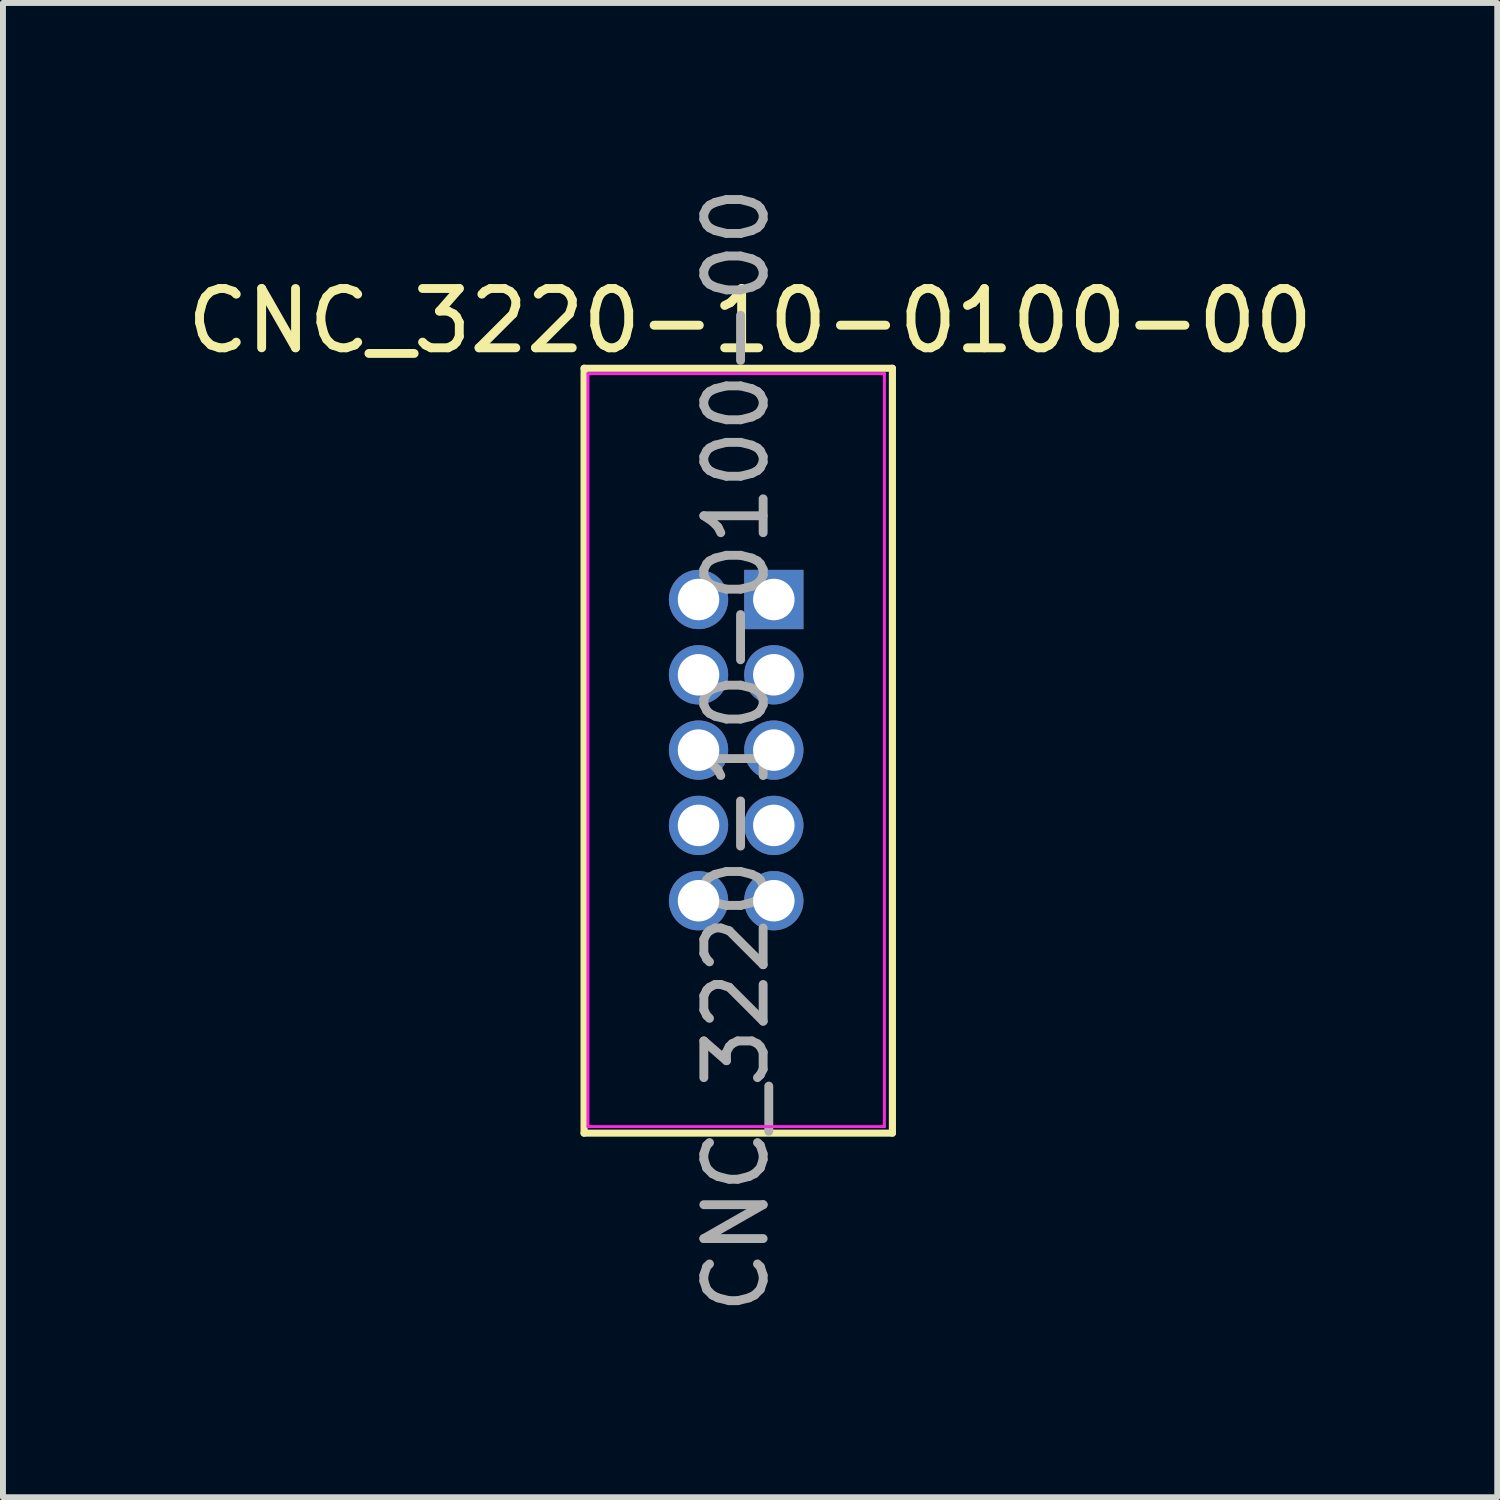
<source format=kicad_pcb>
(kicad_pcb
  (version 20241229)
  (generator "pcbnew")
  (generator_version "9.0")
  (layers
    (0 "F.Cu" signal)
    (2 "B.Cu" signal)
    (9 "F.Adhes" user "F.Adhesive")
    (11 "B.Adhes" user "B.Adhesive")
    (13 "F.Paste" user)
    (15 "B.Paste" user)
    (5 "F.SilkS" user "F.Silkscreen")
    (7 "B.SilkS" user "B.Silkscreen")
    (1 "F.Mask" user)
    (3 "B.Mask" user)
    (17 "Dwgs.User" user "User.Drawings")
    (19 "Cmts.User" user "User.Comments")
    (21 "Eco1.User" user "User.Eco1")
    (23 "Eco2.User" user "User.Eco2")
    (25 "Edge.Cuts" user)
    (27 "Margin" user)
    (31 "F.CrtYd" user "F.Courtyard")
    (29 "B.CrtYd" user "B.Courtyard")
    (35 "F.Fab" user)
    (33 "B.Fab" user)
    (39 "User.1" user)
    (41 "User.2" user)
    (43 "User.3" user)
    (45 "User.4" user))
  (footprint "CNC_3220-10-0100-00"
    (layer "F.Cu")
    (at 10.001 7.061)
    (property "Reference" "CNC_3220-10-0100-00" (at -0.4 -4.7 0) (layer "F.SilkS") (effects (font (size 1 1) (thickness 0.15))))
    (attr through_hole)
    (fp_line (start -3.2 -3.9) (end 2 -3.9) (stroke (width 0.12) (type solid)) (layer "F.SilkS"))
    (fp_line (start -3.2 9) (end -3.2 -3.9) (stroke (width 0.12) (type solid)) (layer "F.SilkS"))
    (fp_line (start 2 -3.9) (end 2 9) (stroke (width 0.12) (type solid)) (layer "F.SilkS"))
    (fp_line (start 2 9) (end -3.2 9) (stroke (width 0.12) (type solid)) (layer "F.SilkS"))
    (fp_line (start -3.135 -3.81) (end -3.135 8.89) (stroke (width 0.05) (type solid)) (layer "F.CrtYd"))
    (fp_line (start -3.135 -3.81) (end 1.865 -3.81) (stroke (width 0.05) (type solid)) (layer "F.CrtYd"))
    (fp_line (start -3.135 8.89) (end 1.865 8.89) (stroke (width 0.05) (type solid)) (layer "F.CrtYd"))
    (fp_line (start 1.865 -3.81) (end 1.865 8.89) (stroke (width 0.05) (type solid)) (layer "F.CrtYd"))
    (fp_text user "${REFERENCE}" (at -0.635 2.54 90) (layer "F.Fab") (effects (font (size 1 1) (thickness 0.15))))
    (pad "1" thru_hole rect (at 0 0) (size 1 1) (drill 0.7) (layers "*.Cu" "*.Mask"))
    (pad "2" thru_hole oval (at -1.27 0) (size 1 1) (drill 0.7) (layers "*.Cu" "*.Mask"))
    (pad "3" thru_hole oval (at 0 1.27) (size 1 1) (drill 0.7) (layers "*.Cu" "*.Mask"))
    (pad "4" thru_hole oval (at -1.27 1.27) (size 1 1) (drill 0.7) (layers "*.Cu" "*.Mask"))
    (pad "5" thru_hole oval (at 0 2.54) (size 1 1) (drill 0.7) (layers "*.Cu" "*.Mask"))
    (pad "6" thru_hole oval (at -1.27 2.54) (size 1 1) (drill 0.7) (layers "*.Cu" "*.Mask"))
    (pad "7" thru_hole oval (at 0 3.81) (size 1 1) (drill 0.7) (layers "*.Cu" "*.Mask"))
    (pad "8" thru_hole oval (at -1.27 3.81) (size 1 1) (drill 0.7) (layers "*.Cu" "*.Mask"))
    (pad "9" thru_hole oval (at 0 5.08) (size 1 1) (drill 0.7) (layers "*.Cu" "*.Mask"))
    (pad "10" thru_hole oval (at -1.27 5.08) (size 1 1) (drill 0.7) (layers "*.Cu" "*.Mask")))
  (gr_rect
    (start -3 -3)
    (end 22.202 22.202)
    (stroke (width 0.1) (type default))
    (fill no)
    (layer "Edge.Cuts")))
</source>
